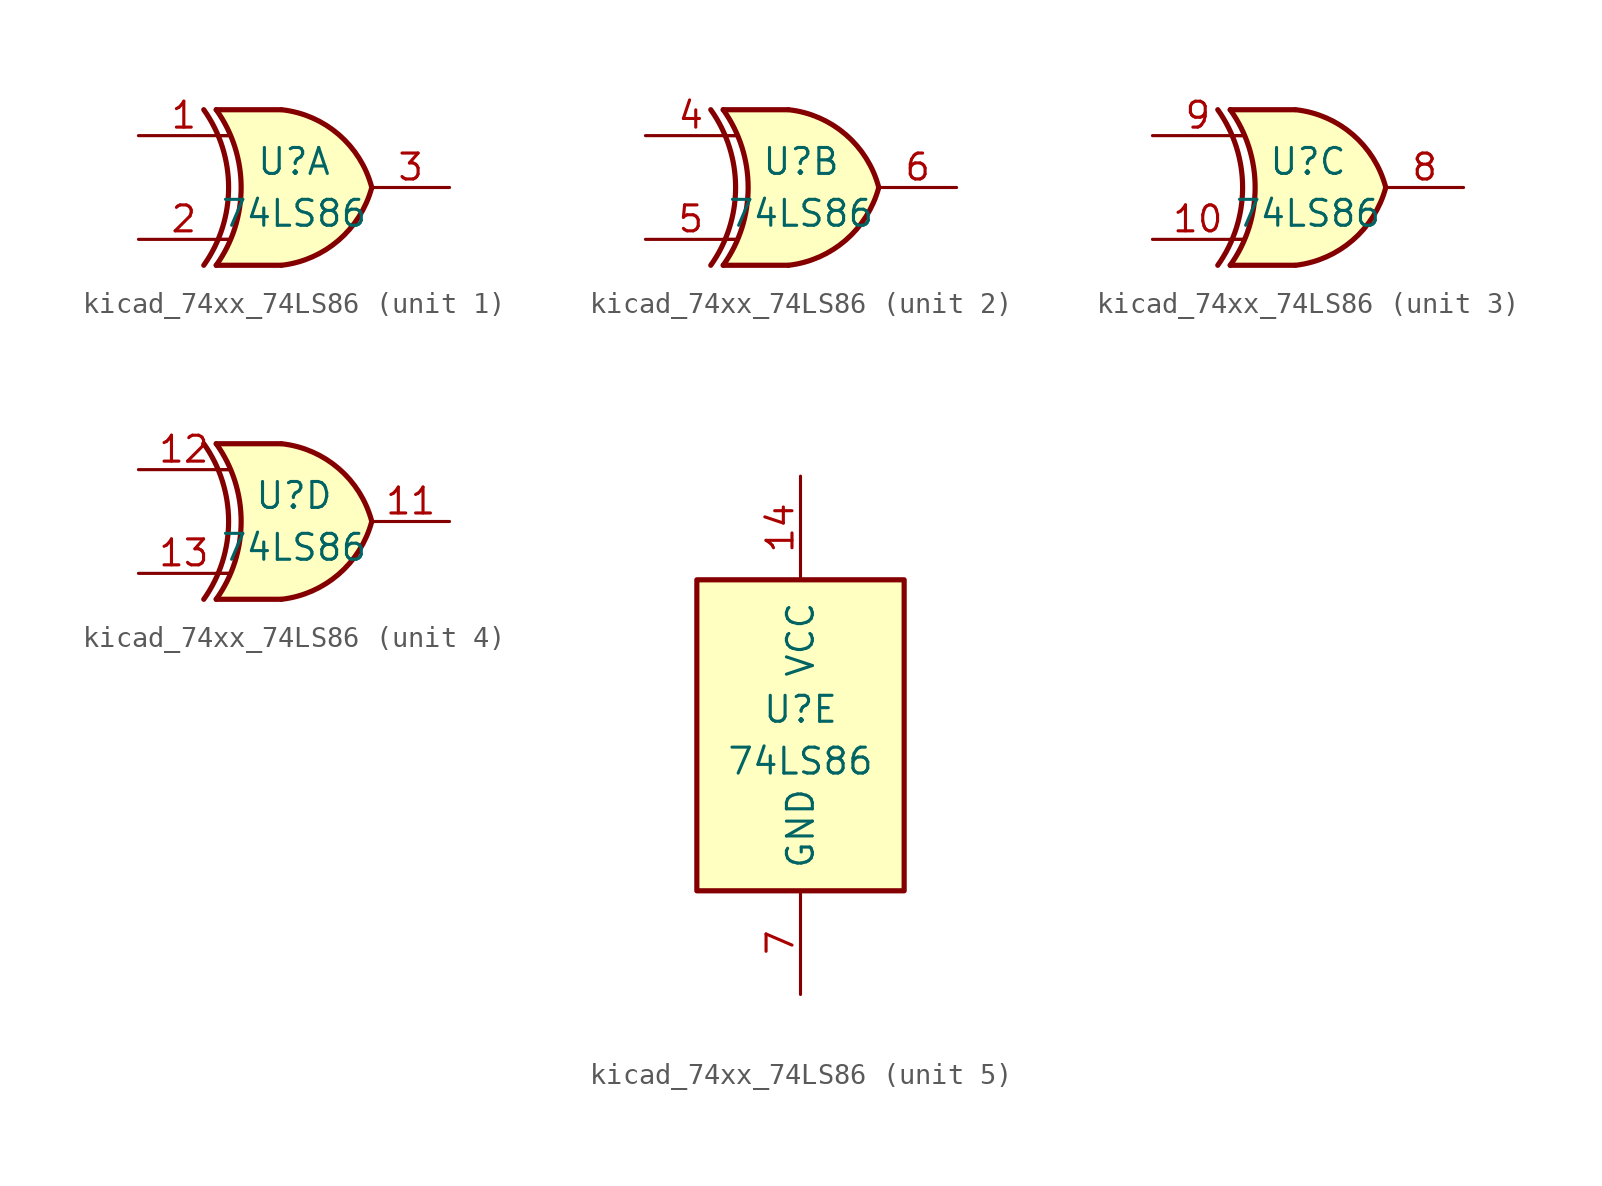
<source format=kicad_sym>
(kicad_symbol_lib
  (version 20220914)
  (generator kicad_symbol_editor)
  (symbol "kicad_74xx_74LS86"
    (pin_names
      (offset 1.016))
    (property "Reference" "U"
      (at 0 1.27 0)
      (effects (font (size 1.27 1.27))))
    (property "Value" "74LS86"
      (at 0 -1.27 0)
      (effects (font (size 1.27 1.27))))
    (property "ki_locked" ""
      (at 0 0 0)
      (effects (font (size 1.27 1.27))))
    (symbol "kicad_74xx_74LS86_1_0"
      (arc (start -4.4196 -3.81) (mid -3.2033 0) (end -4.4196 3.81) (stroke (width 0.254) (type default)) (fill (type none)))
      (arc (start -3.81 -3.81) (mid -2.589 0) (end -3.81 3.81) (stroke (width 0.254) (type default)) (fill (type none)))
      (arc (start -0.6096 -3.81) (mid 2.1842 -2.5851) (end 3.81 0) (stroke (width 0.254) (type default)) (fill (type background)))
      (polyline (pts (xy -3.81 -3.81) (xy -0.635 -3.81)) (stroke (width 0.254) (type default)) (fill (type background)))
      (polyline (pts (xy -3.81 3.81) (xy -0.635 3.81)) (stroke (width 0.254) (type default)) (fill (type background)))
      (polyline (pts (xy -0.635 3.81) (xy -3.81 3.81) (xy -3.81 3.81) (xy -3.556 3.404) (xy -3.023 2.261) (xy -2.692 1.041) (xy -2.616 -0.254) (xy -2.769 -1.499) (xy -3.175 -2.718) (xy -3.81 -3.81) (xy -3.81 -3.81) (xy -0.635 -3.81)) (stroke (width -25.4) (type default)) (fill (type background)))
      (arc (start 3.81 0) (mid 2.1915 2.5936) (end -0.6096 3.81) (stroke (width 0.254) (type default)) (fill (type background)))
      (pin input line (at -7.62 2.54 0) (length 4.445) (name "~" (effects (font (size 1.27 1.27)))) (number "1" (effects (font (size 1.27 1.27)))))
      (pin input line (at -7.62 -2.54 0) (length 4.445) (name "~" (effects (font (size 1.27 1.27)))) (number "2" (effects (font (size 1.27 1.27)))))
      (pin output line (at 7.62 0 180) (length 3.81) (name "~" (effects (font (size 1.27 1.27)))) (number "3" (effects (font (size 1.27 1.27))))))
    (symbol "kicad_74xx_74LS86_1_1"
      (polyline (pts (xy -3.81 -2.54) (xy -3.175 -2.54)) (stroke (width 0.152) (type default)) (fill (type none)))
      (polyline (pts (xy -3.81 2.54) (xy -3.175 2.54)) (stroke (width 0.152) (type default)) (fill (type none))))
    (symbol "kicad_74xx_74LS86_2_0"
      (arc (start -4.4196 -3.81) (mid -3.2033 0) (end -4.4196 3.81) (stroke (width 0.254) (type default)) (fill (type none)))
      (arc (start -3.81 -3.81) (mid -2.589 0) (end -3.81 3.81) (stroke (width 0.254) (type default)) (fill (type none)))
      (arc (start -0.6096 -3.81) (mid 2.1842 -2.5851) (end 3.81 0) (stroke (width 0.254) (type default)) (fill (type background)))
      (polyline (pts (xy -3.81 -3.81) (xy -0.635 -3.81)) (stroke (width 0.254) (type default)) (fill (type background)))
      (polyline (pts (xy -3.81 3.81) (xy -0.635 3.81)) (stroke (width 0.254) (type default)) (fill (type background)))
      (polyline (pts (xy -0.635 3.81) (xy -3.81 3.81) (xy -3.81 3.81) (xy -3.556 3.404) (xy -3.023 2.261) (xy -2.692 1.041) (xy -2.616 -0.254) (xy -2.769 -1.499) (xy -3.175 -2.718) (xy -3.81 -3.81) (xy -3.81 -3.81) (xy -0.635 -3.81)) (stroke (width -25.4) (type default)) (fill (type background)))
      (arc (start 3.81 0) (mid 2.1915 2.5936) (end -0.6096 3.81) (stroke (width 0.254) (type default)) (fill (type background)))
      (pin input line (at -7.62 2.54 0) (length 4.445) (name "~" (effects (font (size 1.27 1.27)))) (number "4" (effects (font (size 1.27 1.27)))))
      (pin input line (at -7.62 -2.54 0) (length 4.445) (name "~" (effects (font (size 1.27 1.27)))) (number "5" (effects (font (size 1.27 1.27)))))
      (pin output line (at 7.62 0 180) (length 3.81) (name "~" (effects (font (size 1.27 1.27)))) (number "6" (effects (font (size 1.27 1.27))))))
    (symbol "kicad_74xx_74LS86_2_1"
      (polyline (pts (xy -3.81 -2.54) (xy -3.175 -2.54)) (stroke (width 0.152) (type default)) (fill (type none)))
      (polyline (pts (xy -3.81 2.54) (xy -3.175 2.54)) (stroke (width 0.152) (type default)) (fill (type none))))
    (symbol "kicad_74xx_74LS86_3_0"
      (arc (start -4.4196 -3.81) (mid -3.2033 0) (end -4.4196 3.81) (stroke (width 0.254) (type default)) (fill (type none)))
      (arc (start -3.81 -3.81) (mid -2.589 0) (end -3.81 3.81) (stroke (width 0.254) (type default)) (fill (type none)))
      (arc (start -0.6096 -3.81) (mid 2.1842 -2.5851) (end 3.81 0) (stroke (width 0.254) (type default)) (fill (type background)))
      (polyline (pts (xy -3.81 -3.81) (xy -0.635 -3.81)) (stroke (width 0.254) (type default)) (fill (type background)))
      (polyline (pts (xy -3.81 3.81) (xy -0.635 3.81)) (stroke (width 0.254) (type default)) (fill (type background)))
      (polyline (pts (xy -0.635 3.81) (xy -3.81 3.81) (xy -3.81 3.81) (xy -3.556 3.404) (xy -3.023 2.261) (xy -2.692 1.041) (xy -2.616 -0.254) (xy -2.769 -1.499) (xy -3.175 -2.718) (xy -3.81 -3.81) (xy -3.81 -3.81) (xy -0.635 -3.81)) (stroke (width -25.4) (type default)) (fill (type background)))
      (arc (start 3.81 0) (mid 2.1915 2.5936) (end -0.6096 3.81) (stroke (width 0.254) (type default)) (fill (type background)))
      (pin input line (at -7.62 -2.54 0) (length 4.445) (name "~" (effects (font (size 1.27 1.27)))) (number "10" (effects (font (size 1.27 1.27)))))
      (pin output line (at 7.62 0 180) (length 3.81) (name "~" (effects (font (size 1.27 1.27)))) (number "8" (effects (font (size 1.27 1.27)))))
      (pin input line (at -7.62 2.54 0) (length 4.445) (name "~" (effects (font (size 1.27 1.27)))) (number "9" (effects (font (size 1.27 1.27))))))
    (symbol "kicad_74xx_74LS86_3_1"
      (polyline (pts (xy -3.81 -2.54) (xy -3.175 -2.54)) (stroke (width 0.152) (type default)) (fill (type none)))
      (polyline (pts (xy -3.81 2.54) (xy -3.175 2.54)) (stroke (width 0.152) (type default)) (fill (type none))))
    (symbol "kicad_74xx_74LS86_4_0"
      (arc (start -4.4196 -3.81) (mid -3.2033 0) (end -4.4196 3.81) (stroke (width 0.254) (type default)) (fill (type none)))
      (arc (start -3.81 -3.81) (mid -2.589 0) (end -3.81 3.81) (stroke (width 0.254) (type default)) (fill (type none)))
      (arc (start -0.6096 -3.81) (mid 2.1842 -2.5851) (end 3.81 0) (stroke (width 0.254) (type default)) (fill (type background)))
      (polyline (pts (xy -3.81 -3.81) (xy -0.635 -3.81)) (stroke (width 0.254) (type default)) (fill (type background)))
      (polyline (pts (xy -3.81 3.81) (xy -0.635 3.81)) (stroke (width 0.254) (type default)) (fill (type background)))
      (polyline (pts (xy -0.635 3.81) (xy -3.81 3.81) (xy -3.81 3.81) (xy -3.556 3.404) (xy -3.023 2.261) (xy -2.692 1.041) (xy -2.616 -0.254) (xy -2.769 -1.499) (xy -3.175 -2.718) (xy -3.81 -3.81) (xy -3.81 -3.81) (xy -0.635 -3.81)) (stroke (width -25.4) (type default)) (fill (type background)))
      (arc (start 3.81 0) (mid 2.1915 2.5936) (end -0.6096 3.81) (stroke (width 0.254) (type default)) (fill (type background)))
      (pin output line (at 7.62 0 180) (length 3.81) (name "~" (effects (font (size 1.27 1.27)))) (number "11" (effects (font (size 1.27 1.27)))))
      (pin input line (at -7.62 2.54 0) (length 4.445) (name "~" (effects (font (size 1.27 1.27)))) (number "12" (effects (font (size 1.27 1.27)))))
      (pin input line (at -7.62 -2.54 0) (length 4.445) (name "~" (effects (font (size 1.27 1.27)))) (number "13" (effects (font (size 1.27 1.27))))))
    (symbol "kicad_74xx_74LS86_4_1"
      (polyline (pts (xy -3.81 -2.54) (xy -3.175 -2.54)) (stroke (width 0.152) (type default)) (fill (type none)))
      (polyline (pts (xy -3.81 2.54) (xy -3.175 2.54)) (stroke (width 0.152) (type default)) (fill (type none))))
    (symbol "kicad_74xx_74LS86_5_0"
      (pin power_in line (at 0 12.7 270) (length 5.08) (name "VCC" (effects (font (size 1.27 1.27)))) (number "14" (effects (font (size 1.27 1.27)))))
      (pin power_in line (at 0 -12.7 90) (length 5.08) (name "GND" (effects (font (size 1.27 1.27)))) (number "7" (effects (font (size 1.27 1.27))))))
    (symbol "kicad_74xx_74LS86_5_1"
      (rectangle (start -5.08 7.62) (end 5.08 -7.62) (stroke (width 0.254) (type default)) (fill (type background))))))
</source>
